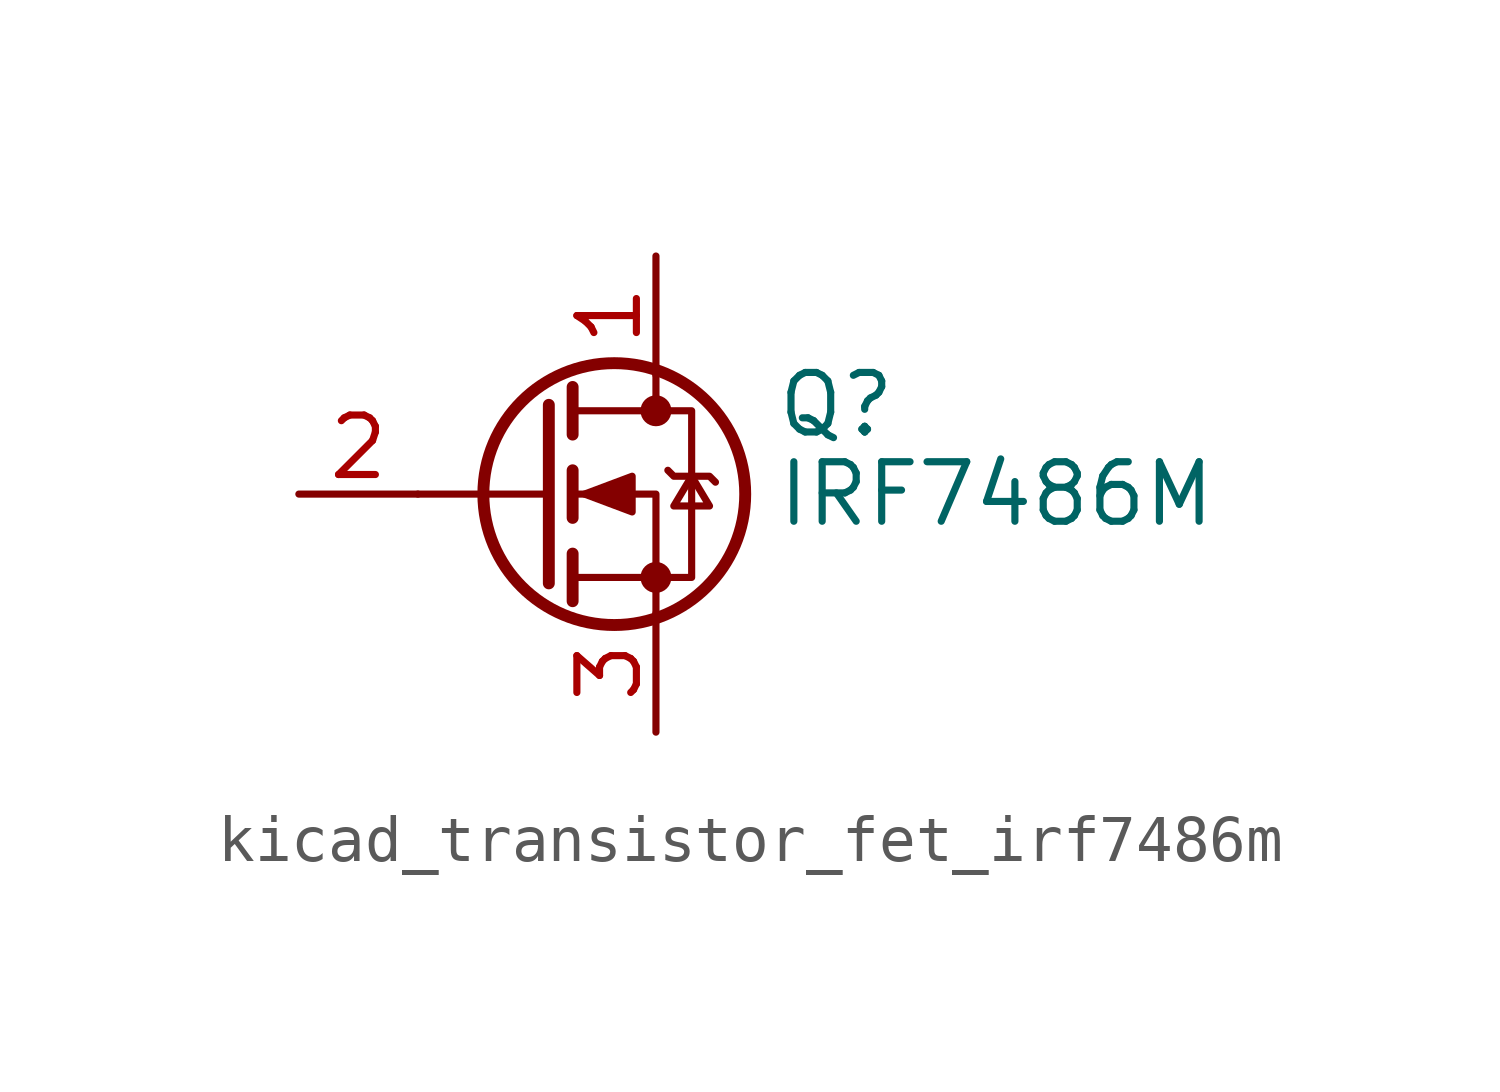
<source format=kicad_sym>
(kicad_symbol_lib
  (version 20220914)
  (generator kicad_symbol_editor)
  (symbol "kicad_transistor_fet_irf7486m"
    (pin_names hide)
    (property "Reference" "Q"
      (at 5.08 1.905 0)
      (effects (font (size 1.27 1.27)) (justify left)))
    (property "Value" "IRF7486M"
      (at 5.08 0 0)
      (effects (font (size 1.27 1.27)) (justify left)))
    (symbol "kicad_transistor_fet_irf7486m_0_1"
      (polyline (pts (xy 0.254 0) (xy -2.54 0)) (stroke (width 0) (type default)) (fill (type none)))
      (polyline (pts (xy 0.254 1.905) (xy 0.254 -1.905)) (stroke (width 0.254) (type default)) (fill (type none)))
      (polyline (pts (xy 0.762 -1.27) (xy 0.762 -2.286)) (stroke (width 0.254) (type default)) (fill (type none)))
      (polyline (pts (xy 0.762 0.508) (xy 0.762 -0.508)) (stroke (width 0.254) (type default)) (fill (type none)))
      (polyline (pts (xy 0.762 2.286) (xy 0.762 1.27)) (stroke (width 0.254) (type default)) (fill (type none)))
      (polyline (pts (xy 2.54 2.54) (xy 2.54 1.778)) (stroke (width 0) (type default)) (fill (type none)))
      (polyline (pts (xy 2.54 -2.54) (xy 2.54 0) (xy 0.762 0)) (stroke (width 0) (type default)) (fill (type none)))
      (polyline (pts (xy 0.762 -1.778) (xy 3.302 -1.778) (xy 3.302 1.778) (xy 0.762 1.778)) (stroke (width 0) (type default)) (fill (type none)))
      (polyline (pts (xy 1.016 0) (xy 2.032 0.381) (xy 2.032 -0.381) (xy 1.016 0)) (stroke (width 0) (type default)) (fill (type outline)))
      (polyline (pts (xy 2.794 0.508) (xy 2.921 0.381) (xy 3.683 0.381) (xy 3.81 0.254)) (stroke (width 0) (type default)) (fill (type none)))
      (polyline (pts (xy 3.302 0.381) (xy 2.921 -0.254) (xy 3.683 -0.254) (xy 3.302 0.381)) (stroke (width 0) (type default)) (fill (type none)))
      (circle (center 1.651 0) (radius 2.794) (stroke (width 0.254) (type default)) (fill (type none)))
      (circle (center 2.54 -1.778) (radius 0.254) (stroke (width 0) (type default)) (fill (type outline)))
      (circle (center 2.54 1.778) (radius 0.254) (stroke (width 0) (type default)) (fill (type outline))))
    (symbol "kicad_transistor_fet_irf7486m_1_1"
      (pin passive line (at 2.54 5.08 270) (length 2.54) (name "D" (effects (font (size 1.27 1.27)))) (number "1" (effects (font (size 1.27 1.27)))))
      (pin input line (at -5.08 0 0) (length 2.54) (name "G" (effects (font (size 1.27 1.27)))) (number "2" (effects (font (size 1.27 1.27)))))
      (pin passive line (at 2.54 -5.08 90) (length 2.54) (name "S" (effects (font (size 1.27 1.27)))) (number "3" (effects (font (size 1.27 1.27))))))))
</source>
